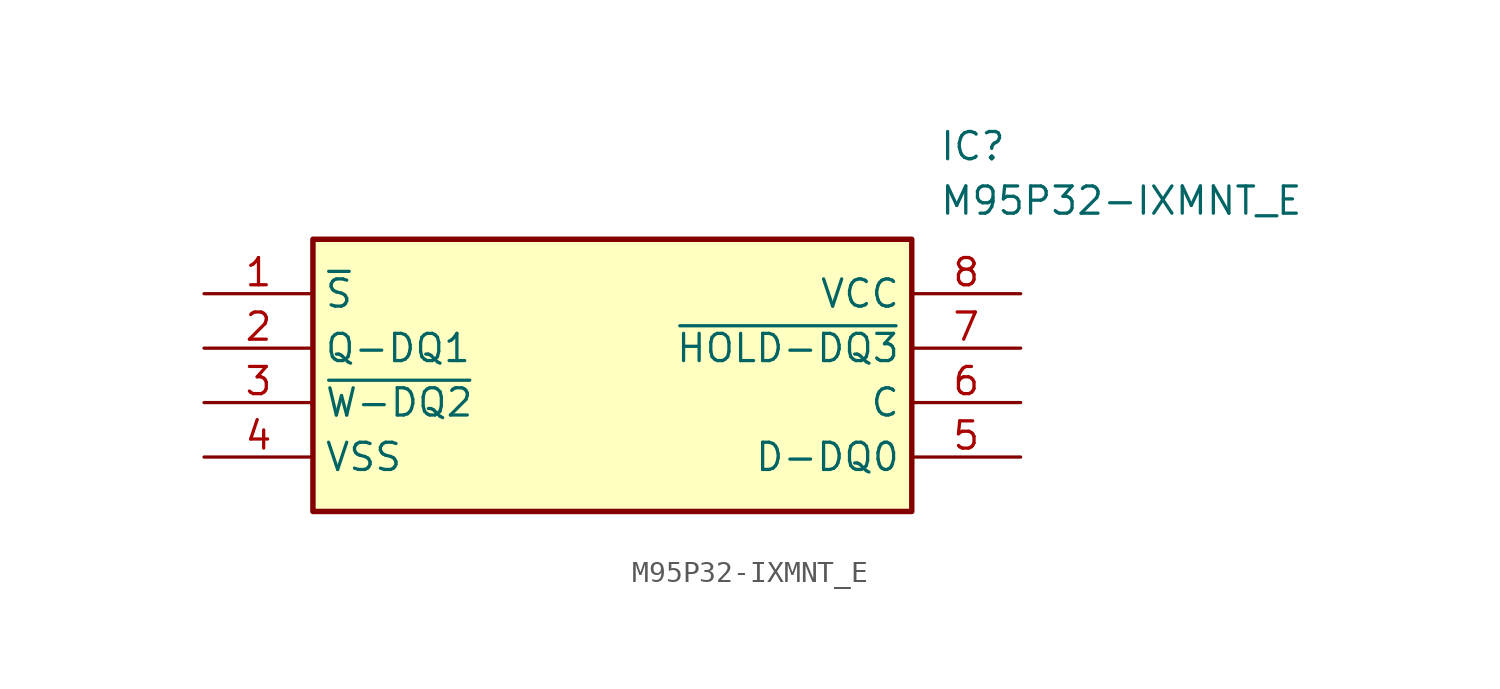
<source format=kicad_sym>
(kicad_symbol_lib
  (version 20211014)
  (generator SamacSys_ECAD_Model)
  (symbol "M95P32-IXMNT_E"
    (property "Reference" "IC"
      (at 34.29 7.62 0)
      (effects (font (size 1.27 1.27)) (justify left top)))
    (property "Value" "M95P32-IXMNT_E"
      (at 34.29 5.08 0)
      (effects (font (size 1.27 1.27)) (justify left top)))
    (rectangle
      (start 5.08 2.54)
      (end 33.02 -10.16)
      (stroke (width 0.254) (type default))
      (fill (type background)))
    (pin passive line
      (at 0 0 0)
      (length 5.08)
      (name "~{S}" (effects (font (size 1.27 1.27))))
      (number "1" (effects (font (size 1.27 1.27)))))
    (pin passive line
      (at 0 -2.54 0)
      (length 5.08)
      (name "Q-DQ1" (effects (font (size 1.27 1.27))))
      (number "2" (effects (font (size 1.27 1.27)))))
    (pin passive line
      (at 0 -5.08 0)
      (length 5.08)
      (name "~{W-DQ2}" (effects (font (size 1.27 1.27))))
      (number "3" (effects (font (size 1.27 1.27)))))
    (pin passive line
      (at 0 -7.62 0)
      (length 5.08)
      (name "VSS" (effects (font (size 1.27 1.27))))
      (number "4" (effects (font (size 1.27 1.27)))))
    (pin passive line
      (at 38.1 0 180)
      (length 5.08)
      (name "VCC" (effects (font (size 1.27 1.27))))
      (number "8" (effects (font (size 1.27 1.27)))))
    (pin passive line
      (at 38.1 -2.54 180)
      (length 5.08)
      (name "~{HOLD-DQ3}" (effects (font (size 1.27 1.27))))
      (number "7" (effects (font (size 1.27 1.27)))))
    (pin passive line
      (at 38.1 -5.08 180)
      (length 5.08)
      (name "C" (effects (font (size 1.27 1.27))))
      (number "6" (effects (font (size 1.27 1.27)))))
    (pin passive line
      (at 38.1 -7.62 180)
      (length 5.08)
      (name "D-DQ0" (effects (font (size 1.27 1.27))))
      (number "5" (effects (font (size 1.27 1.27)))))))
</source>
